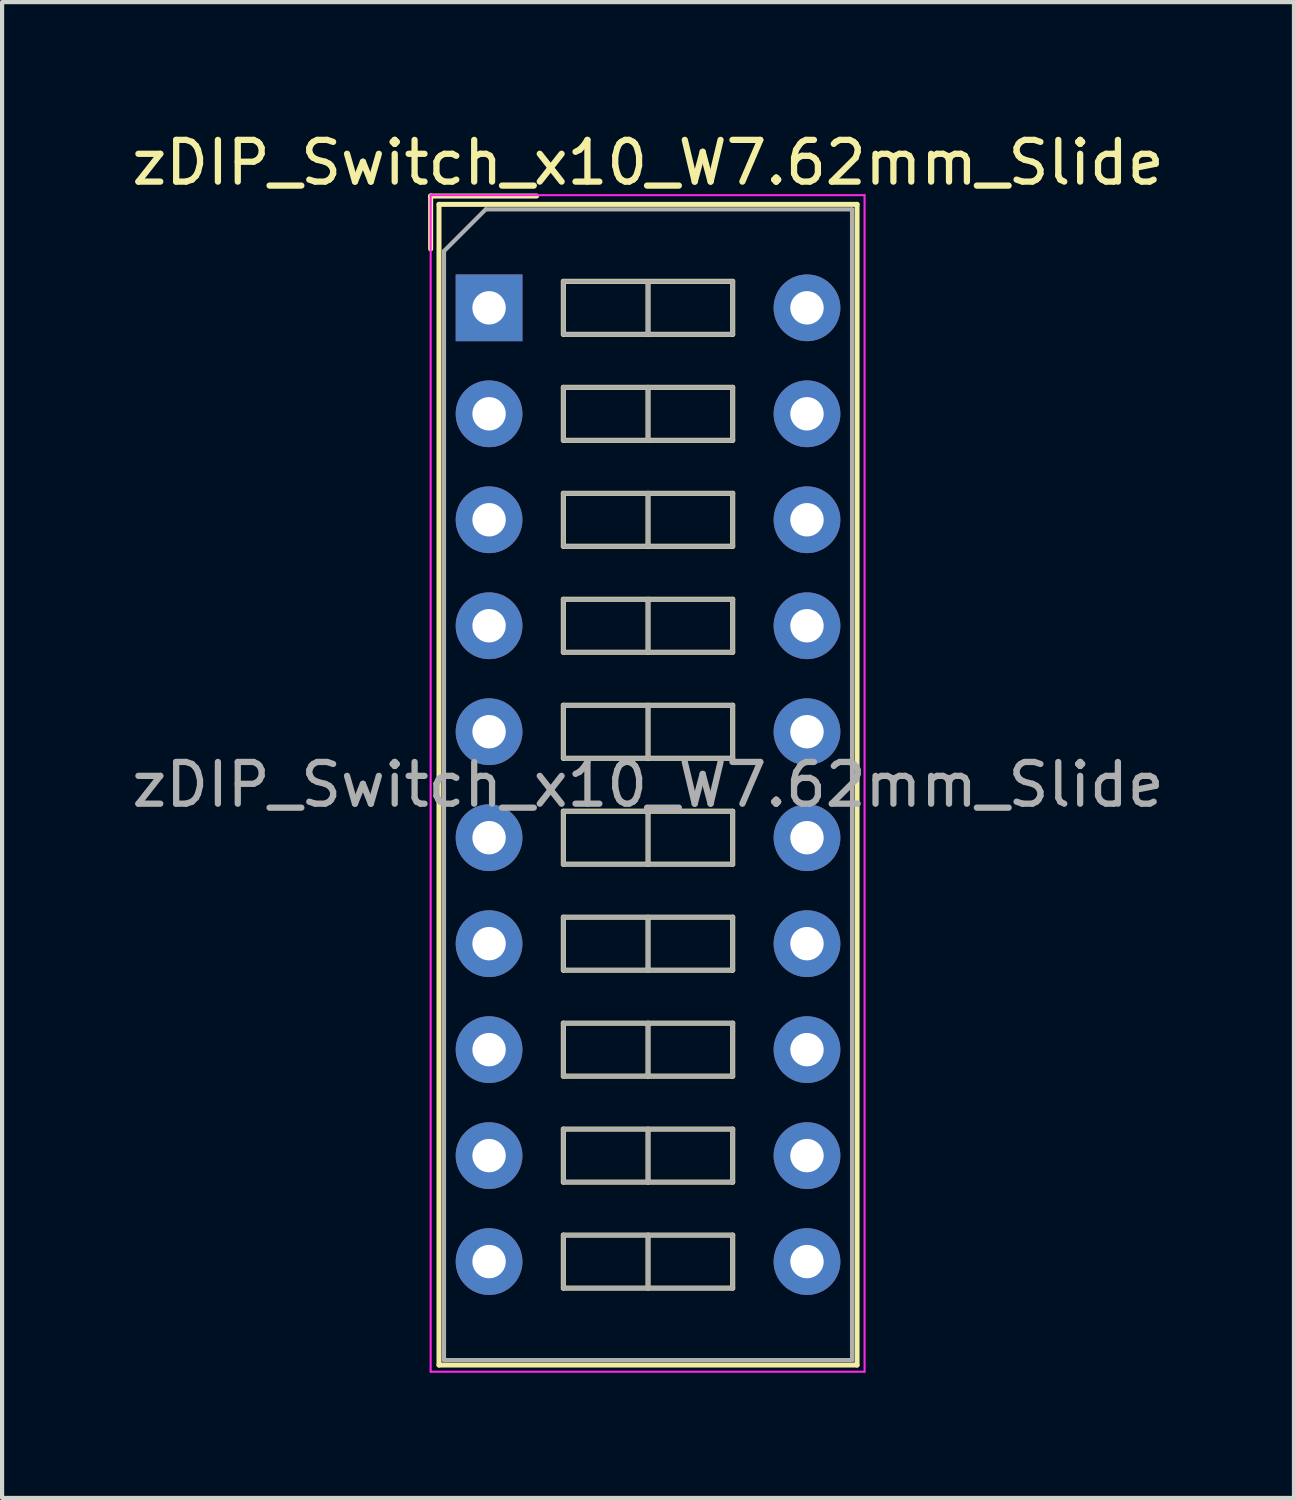
<source format=kicad_pcb>
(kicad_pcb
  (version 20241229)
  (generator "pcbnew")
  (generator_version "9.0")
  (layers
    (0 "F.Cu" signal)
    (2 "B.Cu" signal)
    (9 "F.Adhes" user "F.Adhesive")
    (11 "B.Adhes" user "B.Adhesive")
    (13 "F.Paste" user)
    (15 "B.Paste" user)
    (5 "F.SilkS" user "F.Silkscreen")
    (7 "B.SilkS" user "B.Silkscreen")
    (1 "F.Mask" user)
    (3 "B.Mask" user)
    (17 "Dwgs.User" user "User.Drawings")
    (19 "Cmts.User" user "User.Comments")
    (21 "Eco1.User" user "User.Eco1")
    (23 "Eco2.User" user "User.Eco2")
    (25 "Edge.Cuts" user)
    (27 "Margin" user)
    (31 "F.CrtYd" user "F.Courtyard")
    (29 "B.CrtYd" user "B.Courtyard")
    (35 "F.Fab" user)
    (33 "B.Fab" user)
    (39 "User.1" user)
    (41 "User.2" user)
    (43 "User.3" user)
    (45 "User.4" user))
  (footprint "zDIP_Switch_x10_W7.62mm_Slide"
    (layer "F.Cu")
    (at 8.672 4.328)
    (property "Reference" "zDIP_Switch_x10_W7.62mm_Slide" (at 3.81 -3.48 0) (layer "F.SilkS") (effects (font (size 1 1) (thickness 0.15))))
    (attr through_hole)
    (fp_line (start -1.4 -2.68) (end -1.4 -1.41) (stroke (width 0.12) (type solid)) (layer "F.SilkS"))
    (fp_line (start -1.4 -2.68) (end 1.14 -2.68) (stroke (width 0.12) (type solid)) (layer "F.SilkS"))
    (fp_line (start -1.2 -2.48) (end 8.82 -2.48) (stroke (width 0.12) (type solid)) (layer "F.SilkS"))
    (fp_line (start -1.2 25.34) (end -1.2 -2.48) (stroke (width 0.12) (type solid)) (layer "F.SilkS"))
    (fp_line (start 1.78 -0.635) (end 1.78 0.635) (stroke (width 0.12) (type solid)) (layer "F.SilkS"))
    (fp_line (start 1.78 0.635) (end 5.84 0.635) (stroke (width 0.12) (type solid)) (layer "F.SilkS"))
    (fp_line (start 1.78 1.905) (end 1.78 3.175) (stroke (width 0.12) (type solid)) (layer "F.SilkS"))
    (fp_line (start 1.78 3.175) (end 5.84 3.175) (stroke (width 0.12) (type solid)) (layer "F.SilkS"))
    (fp_line (start 1.78 4.445) (end 1.78 5.715) (stroke (width 0.12) (type solid)) (layer "F.SilkS"))
    (fp_line (start 1.78 5.715) (end 5.84 5.715) (stroke (width 0.12) (type solid)) (layer "F.SilkS"))
    (fp_line (start 1.78 6.985) (end 1.78 8.255) (stroke (width 0.12) (type solid)) (layer "F.SilkS"))
    (fp_line (start 1.78 8.255) (end 5.84 8.255) (stroke (width 0.12) (type solid)) (layer "F.SilkS"))
    (fp_line (start 1.78 9.525) (end 1.78 10.795) (stroke (width 0.12) (type solid)) (layer "F.SilkS"))
    (fp_line (start 1.78 10.795) (end 5.84 10.795) (stroke (width 0.12) (type solid)) (layer "F.SilkS"))
    (fp_line (start 1.78 12.065) (end 1.78 13.335) (stroke (width 0.12) (type solid)) (layer "F.SilkS"))
    (fp_line (start 1.78 13.335) (end 5.84 13.335) (stroke (width 0.12) (type solid)) (layer "F.SilkS"))
    (fp_line (start 1.78 14.605) (end 1.78 15.875) (stroke (width 0.12) (type solid)) (layer "F.SilkS"))
    (fp_line (start 1.78 15.875) (end 5.84 15.875) (stroke (width 0.12) (type solid)) (layer "F.SilkS"))
    (fp_line (start 1.78 17.145) (end 1.78 18.415) (stroke (width 0.12) (type solid)) (layer "F.SilkS"))
    (fp_line (start 1.78 18.415) (end 5.84 18.415) (stroke (width 0.12) (type solid)) (layer "F.SilkS"))
    (fp_line (start 1.78 19.685) (end 1.78 20.955) (stroke (width 0.12) (type solid)) (layer "F.SilkS"))
    (fp_line (start 1.78 20.955) (end 5.84 20.955) (stroke (width 0.12) (type solid)) (layer "F.SilkS"))
    (fp_line (start 1.78 22.225) (end 1.78 23.495) (stroke (width 0.12) (type solid)) (layer "F.SilkS"))
    (fp_line (start 1.78 23.495) (end 5.84 23.495) (stroke (width 0.12) (type solid)) (layer "F.SilkS"))
    (fp_line (start 3.81 -0.635) (end 3.81 0.635) (stroke (width 0.12) (type solid)) (layer "F.SilkS"))
    (fp_line (start 3.81 1.905) (end 3.81 3.175) (stroke (width 0.12) (type solid)) (layer "F.SilkS"))
    (fp_line (start 3.81 4.445) (end 3.81 5.715) (stroke (width 0.12) (type solid)) (layer "F.SilkS"))
    (fp_line (start 3.81 6.985) (end 3.81 8.255) (stroke (width 0.12) (type solid)) (layer "F.SilkS"))
    (fp_line (start 3.81 9.525) (end 3.81 10.795) (stroke (width 0.12) (type solid)) (layer "F.SilkS"))
    (fp_line (start 3.81 12.065) (end 3.81 13.335) (stroke (width 0.12) (type solid)) (layer "F.SilkS"))
    (fp_line (start 3.81 14.605) (end 3.81 15.875) (stroke (width 0.12) (type solid)) (layer "F.SilkS"))
    (fp_line (start 3.81 17.145) (end 3.81 18.415) (stroke (width 0.12) (type solid)) (layer "F.SilkS"))
    (fp_line (start 3.81 19.685) (end 3.81 20.955) (stroke (width 0.12) (type solid)) (layer "F.SilkS"))
    (fp_line (start 3.81 22.225) (end 3.81 23.495) (stroke (width 0.12) (type solid)) (layer "F.SilkS"))
    (fp_line (start 5.84 -0.635) (end 1.78 -0.635) (stroke (width 0.12) (type solid)) (layer "F.SilkS"))
    (fp_line (start 5.84 0.635) (end 5.84 -0.635) (stroke (width 0.12) (type solid)) (layer "F.SilkS"))
    (fp_line (start 5.84 1.905) (end 1.78 1.905) (stroke (width 0.12) (type solid)) (layer "F.SilkS"))
    (fp_line (start 5.84 3.175) (end 5.84 1.905) (stroke (width 0.12) (type solid)) (layer "F.SilkS"))
    (fp_line (start 5.84 4.445) (end 1.78 4.445) (stroke (width 0.12) (type solid)) (layer "F.SilkS"))
    (fp_line (start 5.84 5.715) (end 5.84 4.445) (stroke (width 0.12) (type solid)) (layer "F.SilkS"))
    (fp_line (start 5.84 6.985) (end 1.78 6.985) (stroke (width 0.12) (type solid)) (layer "F.SilkS"))
    (fp_line (start 5.84 8.255) (end 5.84 6.985) (stroke (width 0.12) (type solid)) (layer "F.SilkS"))
    (fp_line (start 5.84 9.525) (end 1.78 9.525) (stroke (width 0.12) (type solid)) (layer "F.SilkS"))
    (fp_line (start 5.84 10.795) (end 5.84 9.525) (stroke (width 0.12) (type solid)) (layer "F.SilkS"))
    (fp_line (start 5.84 12.065) (end 1.78 12.065) (stroke (width 0.12) (type solid)) (layer "F.SilkS"))
    (fp_line (start 5.84 13.335) (end 5.84 12.065) (stroke (width 0.12) (type solid)) (layer "F.SilkS"))
    (fp_line (start 5.84 14.605) (end 1.78 14.605) (stroke (width 0.12) (type solid)) (layer "F.SilkS"))
    (fp_line (start 5.84 15.875) (end 5.84 14.605) (stroke (width 0.12) (type solid)) (layer "F.SilkS"))
    (fp_line (start 5.84 17.145) (end 1.78 17.145) (stroke (width 0.12) (type solid)) (layer "F.SilkS"))
    (fp_line (start 5.84 18.415) (end 5.84 17.145) (stroke (width 0.12) (type solid)) (layer "F.SilkS"))
    (fp_line (start 5.84 19.685) (end 1.78 19.685) (stroke (width 0.12) (type solid)) (layer "F.SilkS"))
    (fp_line (start 5.84 20.955) (end 5.84 19.685) (stroke (width 0.12) (type solid)) (layer "F.SilkS"))
    (fp_line (start 5.84 22.225) (end 1.78 22.225) (stroke (width 0.12) (type solid)) (layer "F.SilkS"))
    (fp_line (start 5.84 23.495) (end 5.84 22.225) (stroke (width 0.12) (type solid)) (layer "F.SilkS"))
    (fp_line (start 8.82 -2.48) (end 8.82 25.34) (stroke (width 0.12) (type solid)) (layer "F.SilkS"))
    (fp_line (start 8.82 25.34) (end -1.2 25.34) (stroke (width 0.12) (type solid)) (layer "F.SilkS"))
    (fp_line (start -1.4 -2.7) (end -1.4 25.5) (stroke (width 0.05) (type solid)) (layer "F.CrtYd"))
    (fp_line (start -1.4 25.5) (end 9 25.5) (stroke (width 0.05) (type solid)) (layer "F.CrtYd"))
    (fp_line (start 9 -2.7) (end -1.4 -2.7) (stroke (width 0.05) (type solid)) (layer "F.CrtYd"))
    (fp_line (start 9 25.5) (end 9 -2.7) (stroke (width 0.05) (type solid)) (layer "F.CrtYd"))
    (fp_line (start -1.08 -1.36) (end -0.08 -2.36) (stroke (width 0.1) (type solid)) (layer "F.Fab"))
    (fp_line (start -1.08 25.22) (end -1.08 -1.36) (stroke (width 0.1) (type solid)) (layer "F.Fab"))
    (fp_line (start -0.08 -2.36) (end 8.7 -2.36) (stroke (width 0.1) (type solid)) (layer "F.Fab"))
    (fp_line (start 1.78 -0.635) (end 1.78 0.635) (stroke (width 0.1) (type solid)) (layer "F.Fab"))
    (fp_line (start 1.78 0.635) (end 5.84 0.635) (stroke (width 0.1) (type solid)) (layer "F.Fab"))
    (fp_line (start 1.78 1.905) (end 1.78 3.175) (stroke (width 0.1) (type solid)) (layer "F.Fab"))
    (fp_line (start 1.78 3.175) (end 5.84 3.175) (stroke (width 0.1) (type solid)) (layer "F.Fab"))
    (fp_line (start 1.78 4.445) (end 1.78 5.715) (stroke (width 0.1) (type solid)) (layer "F.Fab"))
    (fp_line (start 1.78 5.715) (end 5.84 5.715) (stroke (width 0.1) (type solid)) (layer "F.Fab"))
    (fp_line (start 1.78 6.985) (end 1.78 8.255) (stroke (width 0.1) (type solid)) (layer "F.Fab"))
    (fp_line (start 1.78 8.255) (end 5.84 8.255) (stroke (width 0.1) (type solid)) (layer "F.Fab"))
    (fp_line (start 1.78 9.525) (end 1.78 10.795) (stroke (width 0.1) (type solid)) (layer "F.Fab"))
    (fp_line (start 1.78 10.795) (end 5.84 10.795) (stroke (width 0.1) (type solid)) (layer "F.Fab"))
    (fp_line (start 1.78 12.065) (end 1.78 13.335) (stroke (width 0.1) (type solid)) (layer "F.Fab"))
    (fp_line (start 1.78 13.335) (end 5.84 13.335) (stroke (width 0.1) (type solid)) (layer "F.Fab"))
    (fp_line (start 1.78 14.605) (end 1.78 15.875) (stroke (width 0.1) (type solid)) (layer "F.Fab"))
    (fp_line (start 1.78 15.875) (end 5.84 15.875) (stroke (width 0.1) (type solid)) (layer "F.Fab"))
    (fp_line (start 1.78 17.145) (end 1.78 18.415) (stroke (width 0.1) (type solid)) (layer "F.Fab"))
    (fp_line (start 1.78 18.415) (end 5.84 18.415) (stroke (width 0.1) (type solid)) (layer "F.Fab"))
    (fp_line (start 1.78 19.685) (end 1.78 20.955) (stroke (width 0.1) (type solid)) (layer "F.Fab"))
    (fp_line (start 1.78 20.955) (end 5.84 20.955) (stroke (width 0.1) (type solid)) (layer "F.Fab"))
    (fp_line (start 1.78 22.225) (end 1.78 23.495) (stroke (width 0.1) (type solid)) (layer "F.Fab"))
    (fp_line (start 1.78 23.495) (end 5.84 23.495) (stroke (width 0.1) (type solid)) (layer "F.Fab"))
    (fp_line (start 3.81 -0.635) (end 3.81 0.635) (stroke (width 0.1) (type solid)) (layer "F.Fab"))
    (fp_line (start 3.81 1.905) (end 3.81 3.175) (stroke (width 0.1) (type solid)) (layer "F.Fab"))
    (fp_line (start 3.81 4.445) (end 3.81 5.715) (stroke (width 0.1) (type solid)) (layer "F.Fab"))
    (fp_line (start 3.81 6.985) (end 3.81 8.255) (stroke (width 0.1) (type solid)) (layer "F.Fab"))
    (fp_line (start 3.81 9.525) (end 3.81 10.795) (stroke (width 0.1) (type solid)) (layer "F.Fab"))
    (fp_line (start 3.81 12.065) (end 3.81 13.335) (stroke (width 0.1) (type solid)) (layer "F.Fab"))
    (fp_line (start 3.81 14.605) (end 3.81 15.875) (stroke (width 0.1) (type solid)) (layer "F.Fab"))
    (fp_line (start 3.81 17.145) (end 3.81 18.415) (stroke (width 0.1) (type solid)) (layer "F.Fab"))
    (fp_line (start 3.81 19.685) (end 3.81 20.955) (stroke (width 0.1) (type solid)) (layer "F.Fab"))
    (fp_line (start 3.81 22.225) (end 3.81 23.495) (stroke (width 0.1) (type solid)) (layer "F.Fab"))
    (fp_line (start 5.84 -0.635) (end 1.78 -0.635) (stroke (width 0.1) (type solid)) (layer "F.Fab"))
    (fp_line (start 5.84 0.635) (end 5.84 -0.635) (stroke (width 0.1) (type solid)) (layer "F.Fab"))
    (fp_line (start 5.84 1.905) (end 1.78 1.905) (stroke (width 0.1) (type solid)) (layer "F.Fab"))
    (fp_line (start 5.84 3.175) (end 5.84 1.905) (stroke (width 0.1) (type solid)) (layer "F.Fab"))
    (fp_line (start 5.84 4.445) (end 1.78 4.445) (stroke (width 0.1) (type solid)) (layer "F.Fab"))
    (fp_line (start 5.84 5.715) (end 5.84 4.445) (stroke (width 0.1) (type solid)) (layer "F.Fab"))
    (fp_line (start 5.84 6.985) (end 1.78 6.985) (stroke (width 0.1) (type solid)) (layer "F.Fab"))
    (fp_line (start 5.84 8.255) (end 5.84 6.985) (stroke (width 0.1) (type solid)) (layer "F.Fab"))
    (fp_line (start 5.84 9.525) (end 1.78 9.525) (stroke (width 0.1) (type solid)) (layer "F.Fab"))
    (fp_line (start 5.84 10.795) (end 5.84 9.525) (stroke (width 0.1) (type solid)) (layer "F.Fab"))
    (fp_line (start 5.84 12.065) (end 1.78 12.065) (stroke (width 0.1) (type solid)) (layer "F.Fab"))
    (fp_line (start 5.84 13.335) (end 5.84 12.065) (stroke (width 0.1) (type solid)) (layer "F.Fab"))
    (fp_line (start 5.84 14.605) (end 1.78 14.605) (stroke (width 0.1) (type solid)) (layer "F.Fab"))
    (fp_line (start 5.84 15.875) (end 5.84 14.605) (stroke (width 0.1) (type solid)) (layer "F.Fab"))
    (fp_line (start 5.84 17.145) (end 1.78 17.145) (stroke (width 0.1) (type solid)) (layer "F.Fab"))
    (fp_line (start 5.84 18.415) (end 5.84 17.145) (stroke (width 0.1) (type solid)) (layer "F.Fab"))
    (fp_line (start 5.84 19.685) (end 1.78 19.685) (stroke (width 0.1) (type solid)) (layer "F.Fab"))
    (fp_line (start 5.84 20.955) (end 5.84 19.685) (stroke (width 0.1) (type solid)) (layer "F.Fab"))
    (fp_line (start 5.84 22.225) (end 1.78 22.225) (stroke (width 0.1) (type solid)) (layer "F.Fab"))
    (fp_line (start 5.84 23.495) (end 5.84 22.225) (stroke (width 0.1) (type solid)) (layer "F.Fab"))
    (fp_line (start 8.7 -2.36) (end 8.7 25.22) (stroke (width 0.1) (type solid)) (layer "F.Fab"))
    (fp_line (start 8.7 25.22) (end -1.08 25.22) (stroke (width 0.1) (type solid)) (layer "F.Fab"))
    (fp_text user "${REFERENCE}" (at 3.81 11.43 0) (layer "F.Fab") (effects (font (size 1 1) (thickness 0.15))))
    (pad "1" thru_hole rect (at 0 0) (size 1.6 1.6) (drill 0.8) (layers "*.Cu" "*.Mask"))
    (pad "2" thru_hole oval (at 0 2.54) (size 1.6 1.6) (drill 0.8) (layers "*.Cu" "*.Mask"))
    (pad "3" thru_hole oval (at 0 5.08) (size 1.6 1.6) (drill 0.8) (layers "*.Cu" "*.Mask"))
    (pad "4" thru_hole oval (at 0 7.62) (size 1.6 1.6) (drill 0.8) (layers "*.Cu" "*.Mask"))
    (pad "5" thru_hole oval (at 0 10.16) (size 1.6 1.6) (drill 0.8) (layers "*.Cu" "*.Mask"))
    (pad "6" thru_hole oval (at 0 12.7) (size 1.6 1.6) (drill 0.8) (layers "*.Cu" "*.Mask"))
    (pad "7" thru_hole oval (at 0 15.24) (size 1.6 1.6) (drill 0.8) (layers "*.Cu" "*.Mask"))
    (pad "8" thru_hole oval (at 0 17.78) (size 1.6 1.6) (drill 0.8) (layers "*.Cu" "*.Mask"))
    (pad "9" thru_hole oval (at 0 20.32) (size 1.6 1.6) (drill 0.8) (layers "*.Cu" "*.Mask"))
    (pad "10" thru_hole oval (at 0 22.86) (size 1.6 1.6) (drill 0.8) (layers "*.Cu" "*.Mask"))
    (pad "11" thru_hole oval (at 7.62 22.86) (size 1.6 1.6) (drill 0.8) (layers "*.Cu" "*.Mask"))
    (pad "12" thru_hole oval (at 7.62 20.32) (size 1.6 1.6) (drill 0.8) (layers "*.Cu" "*.Mask"))
    (pad "13" thru_hole oval (at 7.62 17.78) (size 1.6 1.6) (drill 0.8) (layers "*.Cu" "*.Mask"))
    (pad "14" thru_hole oval (at 7.62 15.24) (size 1.6 1.6) (drill 0.8) (layers "*.Cu" "*.Mask"))
    (pad "15" thru_hole oval (at 7.62 12.7) (size 1.6 1.6) (drill 0.8) (layers "*.Cu" "*.Mask"))
    (pad "16" thru_hole oval (at 7.62 10.16) (size 1.6 1.6) (drill 0.8) (layers "*.Cu" "*.Mask"))
    (pad "17" thru_hole oval (at 7.62 7.62) (size 1.6 1.6) (drill 0.8) (layers "*.Cu" "*.Mask"))
    (pad "18" thru_hole oval (at 7.62 5.08) (size 1.6 1.6) (drill 0.8) (layers "*.Cu" "*.Mask"))
    (pad "19" thru_hole oval (at 7.62 2.54) (size 1.6 1.6) (drill 0.8) (layers "*.Cu" "*.Mask"))
    (pad "20" thru_hole oval (at 7.62 0) (size 1.6 1.6) (drill 0.8) (layers "*.Cu" "*.Mask")))
  (gr_rect
    (start -3 -3)
    (end 27.964 32.853)
    (stroke (width 0.1) (type default))
    (fill no)
    (layer "Edge.Cuts")))
</source>
